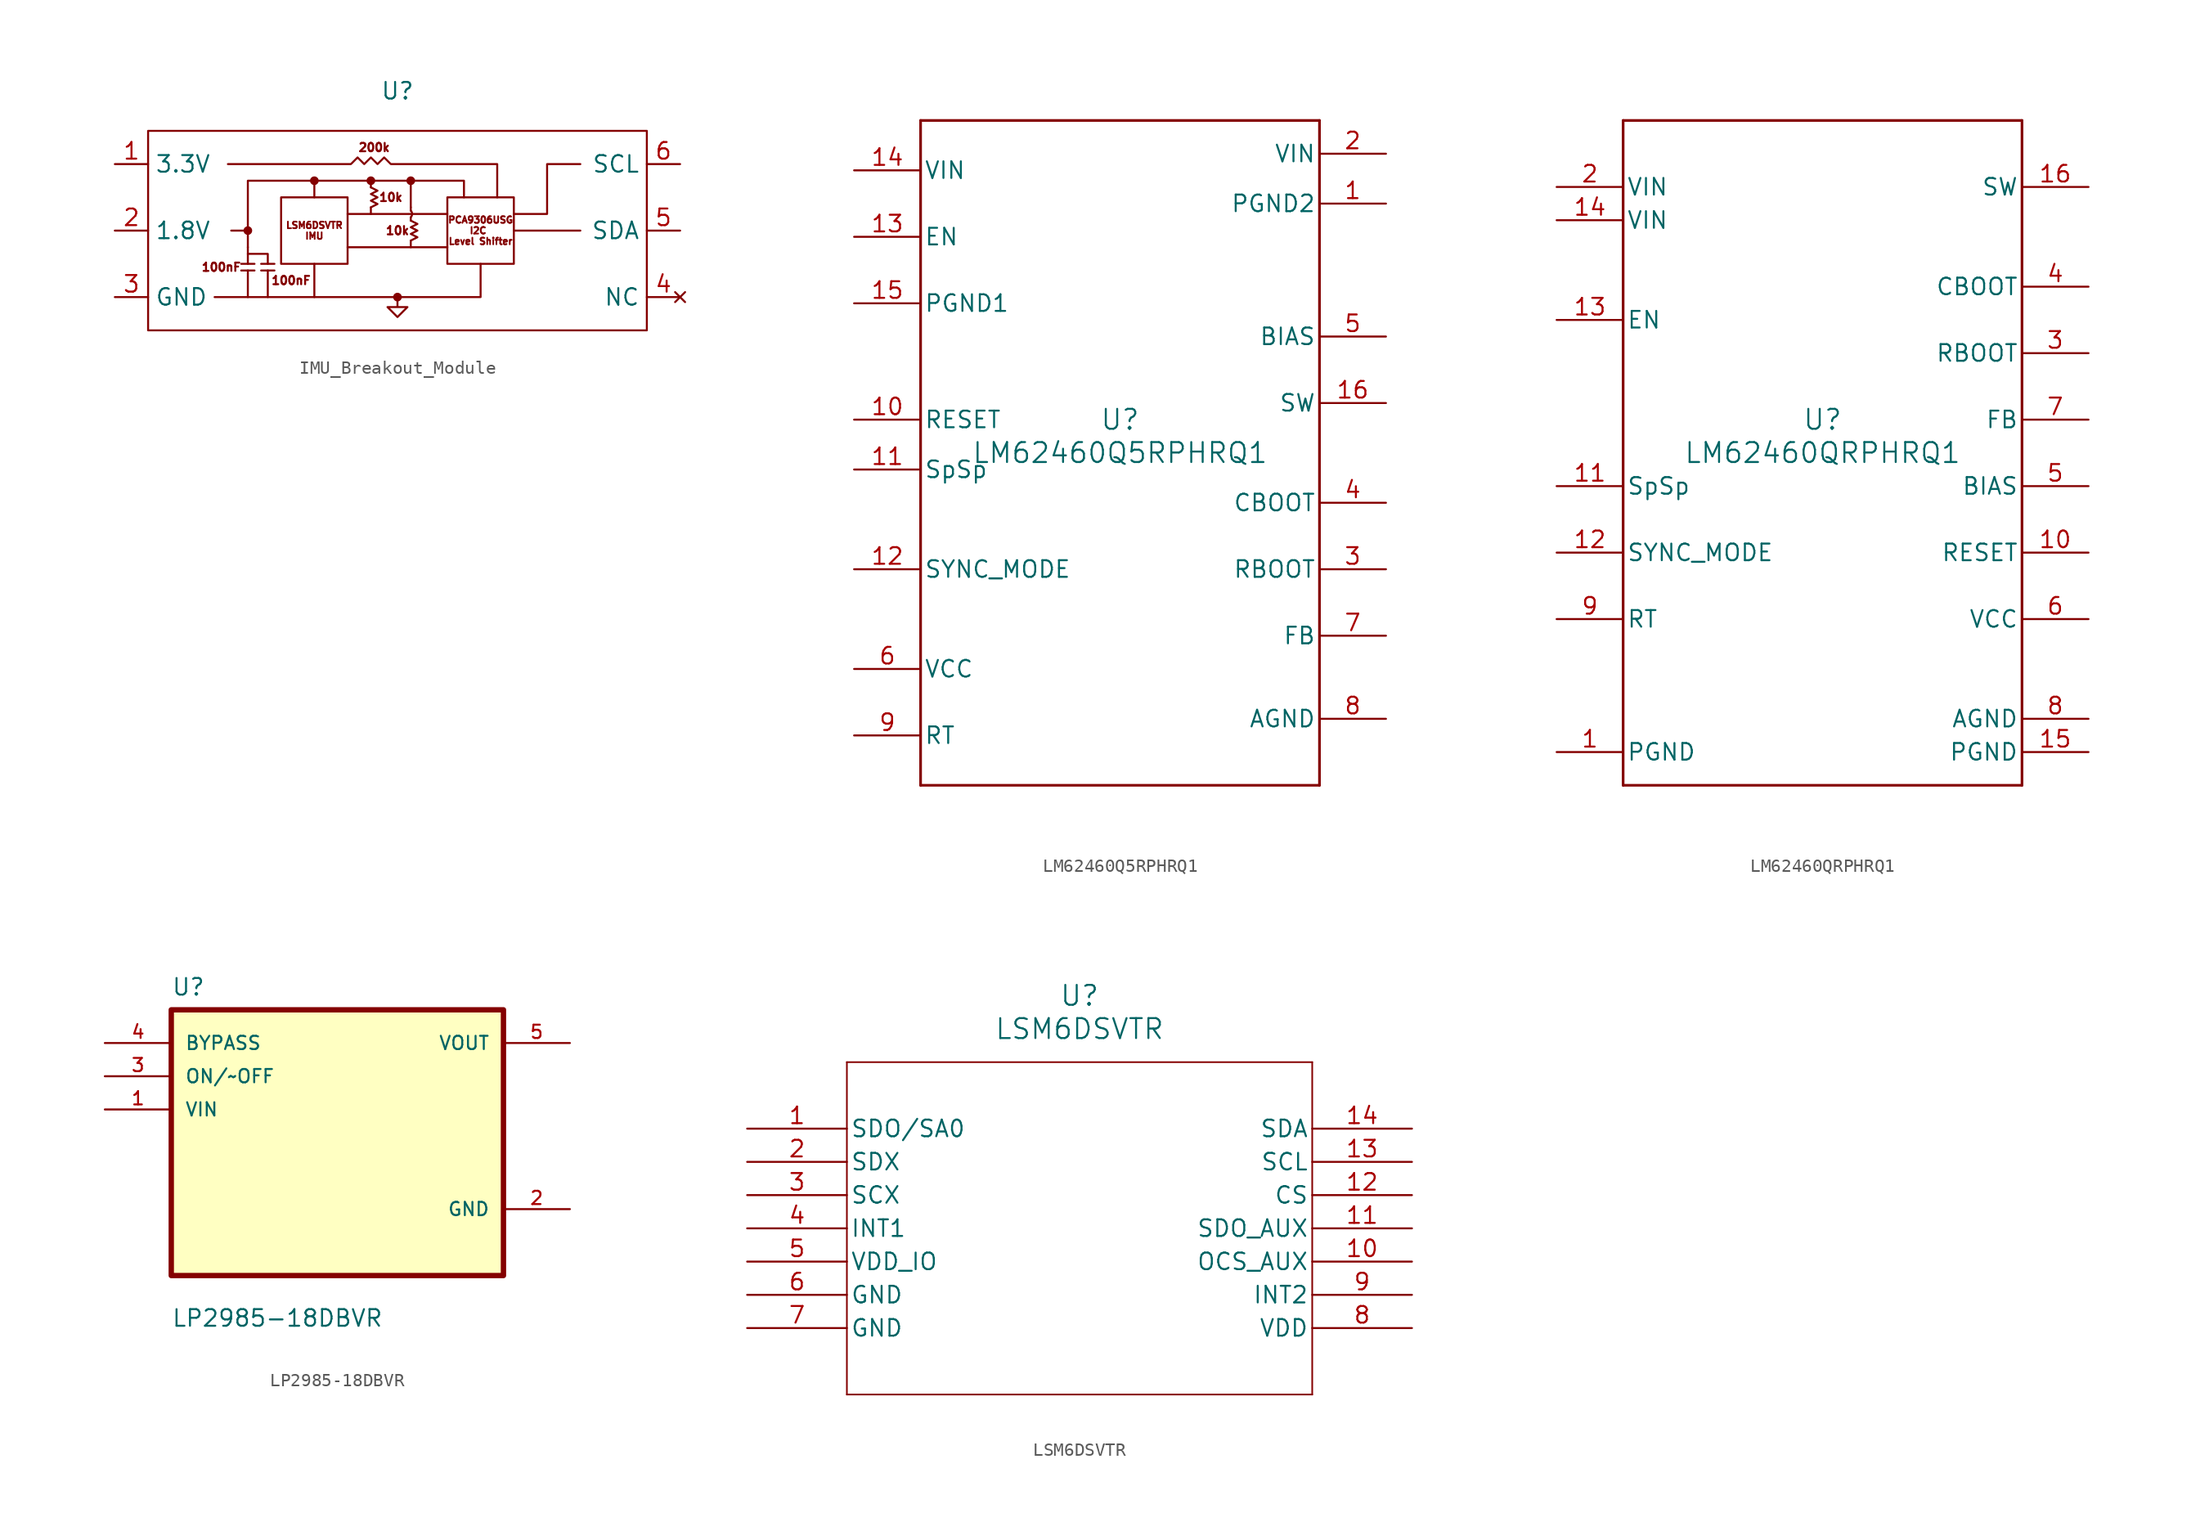
<source format=kicad_sym>
(kicad_symbol_lib
  (version 20241209)
  (generator "kicad_symbol_editor")
  (generator_version "9.0")
  (symbol "IMU_Breakout_Module"
    (property "Reference" "U"
      (at 0 10.668 0)
      (effects (font (size 1.27 1.27))))
    (property "Value" ""
      (at 0 0 0)
      (effects (font (size 1.27 1.27))))
    (symbol "IMU_Breakout_Module_0_1"
      (rectangle (start -19.05 7.62) (end 19.05 -7.62) (stroke (width 0) (type default)) (fill (type none)))
      (polyline (pts (xy -13.97 -5.08) (xy 6.35 -5.08) (xy 6.35 -2.54)) (stroke (width 0) (type default)) (fill (type none)))
      (polyline (pts (xy -12.954 5.08) (xy -3.556 5.08) (xy -3.048 5.588) (xy -2.54 5.08) (xy -2.032 5.588) (xy -1.524 5.08) (xy -1.016 5.588) (xy -0.508 5.08) (xy 0.254 5.08) (xy 7.62 5.08) (xy 7.62 2.54)) (stroke (width 0) (type default)) (fill (type none)))
      (polyline (pts (xy -12.7 0) (xy -11.43 0) (xy -11.43 3.81) (xy 5.08 3.81) (xy 5.08 2.54)) (stroke (width 0) (type default)) (fill (type none)))
      (polyline (pts (xy -11.938 -2.54) (xy -10.922 -2.54)) (stroke (width 0) (type default)) (fill (type none)))
      (polyline (pts (xy -11.938 -3.048) (xy -10.922 -3.048)) (stroke (width 0) (type default)) (fill (type none)))
      (circle (center -11.43 0) (radius 0.254) (stroke (width 0) (type default)) (fill (type outline)))
      (polyline (pts (xy -11.43 0) (xy -11.43 -1.27)) (stroke (width 0) (type default)) (fill (type none)))
      (polyline (pts (xy -11.43 -1.27) (xy -11.43 -2.54)) (stroke (width 0) (type default)) (fill (type none)))
      (polyline (pts (xy -11.43 -3.048) (xy -11.43 -5.08)) (stroke (width 0) (type default)) (fill (type none)))
      (polyline (pts (xy -10.414 -2.54) (xy -9.398 -2.54)) (stroke (width 0) (type default)) (fill (type none)))
      (polyline (pts (xy -10.414 -3.048) (xy -9.398 -3.048)) (stroke (width 0) (type default)) (fill (type none)))
      (polyline (pts (xy -9.906 -2.54) (xy -9.906 -1.778) (xy -11.43 -1.778)) (stroke (width 0) (type default)) (fill (type none)))
      (polyline (pts (xy -9.906 -3.048) (xy -9.906 -5.08)) (stroke (width 0) (type default)) (fill (type none)))
      (rectangle (start -8.89 2.54) (end -3.81 -2.54) (stroke (width 0) (type default)) (fill (type none)))
      (circle (center -6.35 3.81) (radius 0.254) (stroke (width 0) (type default)) (fill (type outline)))
      (polyline (pts (xy -6.35 3.81) (xy -6.35 2.54)) (stroke (width 0) (type default)) (fill (type none)))
      (polyline (pts (xy -6.35 -2.54) (xy -6.35 -5.08)) (stroke (width 0) (type default)) (fill (type none)))
      (circle (center -2.032 3.81) (radius 0.254) (stroke (width 0) (type default)) (fill (type outline)))
      (polyline (pts (xy -2.032 3.81) (xy -2.032 3.302)) (stroke (width 0) (type default)) (fill (type none)))
      (polyline (pts (xy -2.032 3.302) (xy -1.524 3.048) (xy -2.032 2.794) (xy -1.524 2.54) (xy -2.032 2.286) (xy -1.524 2.032) (xy -2.032 1.778)) (stroke (width 0) (type default)) (fill (type none)))
      (polyline (pts (xy -2.032 1.27) (xy -2.032 1.778)) (stroke (width 0) (type default)) (fill (type none)))
      (polyline (pts (xy 0 -5.08) (xy 0 -5.842) (xy 0.762 -5.842) (xy -0.762 -5.842) (xy 0 -6.604) (xy 0.762 -5.842)) (stroke (width 0) (type default)) (fill (type none)))
      (circle (center 0 -5.08) (radius 0.254) (stroke (width 0) (type default)) (fill (type outline)))
      (arc (start 1.016 1.524) (mid 1.1212 1.27) (end 1.016 1.016) (stroke (width 0) (type default)) (fill (type none)))
      (circle (center 1.016 3.81) (radius 0.254) (stroke (width 0) (type default)) (fill (type outline)))
      (polyline (pts (xy 1.016 1.778) (xy 1.016 3.81)) (stroke (width 0) (type default)) (fill (type none)))
      (polyline (pts (xy 1.016 1.524) (xy 1.016 1.778)) (stroke (width 0) (type default)) (fill (type none)))
      (polyline (pts (xy 1.016 1.016) (xy 1.016 0.762)) (stroke (width 0) (type default)) (fill (type none)))
      (polyline (pts (xy 1.016 0.762) (xy 1.524 0.508) (xy 1.016 0.254) (xy 1.524 0) (xy 1.016 -0.254) (xy 1.524 -0.508) (xy 1.016 -0.762)) (stroke (width 0) (type default)) (fill (type none)))
      (polyline (pts (xy 1.016 -1.27) (xy 1.016 -0.762)) (stroke (width 0) (type default)) (fill (type none)))
      (rectangle (start 3.81 2.54) (end 8.89 -2.54) (stroke (width 0) (type default)) (fill (type none)))
      (polyline (pts (xy 3.81 1.27) (xy -3.81 1.27)) (stroke (width 0) (type default)) (fill (type none)))
      (polyline (pts (xy 3.81 -1.27) (xy -3.81 -1.27)) (stroke (width 0) (type default)) (fill (type none)))
      (polyline (pts (xy 8.89 1.27) (xy 11.43 1.27) (xy 11.43 5.08) (xy 13.97 5.08)) (stroke (width 0) (type default)) (fill (type none)))
      (polyline (pts (xy 8.89 0) (xy 13.97 0)) (stroke (width 0) (type default)) (fill (type none))))
    (symbol "IMU_Breakout_Module_1_1"
      (text "100nF" (at -13.462 -2.794 0) (effects (font (size 0.635 0.635))))
      (text "100nF" (at -8.128 -3.81 0) (effects (font (size 0.635 0.635))))
      (text "LSM6DSVTR\nIMU" (at -6.35 0 0) (effects (font (size 0.508 0.508))))
      (text "200k" (at -1.778 6.35 0) (effects (font (size 0.635 0.635))))
      (text "10k" (at -0.508 2.54 0) (effects (font (size 0.635 0.635))))
      (text "10k" (at 0 0 0) (effects (font (size 0.635 0.635))))
      (text "PCA9306USG\nI2C \nLevel Shifter" (at 6.35 0 0) (effects (font (size 0.508 0.508))))
      (pin power_in line (at -21.59 5.08 0) (length 2.54) (name "3.3V" (effects (font (size 1.27 1.27)))) (number "1" (effects (font (size 1.27 1.27)))))
      (pin power_in line (at -21.59 0 0) (length 2.54) (name "1.8V" (effects (font (size 1.27 1.27)))) (number "2" (effects (font (size 1.27 1.27)))))
      (pin power_in line (at -21.59 -5.08 0) (length 2.54) (name "GND" (effects (font (size 1.27 1.27)))) (number "3" (effects (font (size 1.27 1.27)))))
      (pin unspecified line (at 21.59 5.08 180) (length 2.54) (name "SCL" (effects (font (size 1.27 1.27)))) (number "6" (effects (font (size 1.27 1.27)))))
      (pin unspecified line (at 21.59 0 180) (length 2.54) (name "SDA" (effects (font (size 1.27 1.27)))) (number "5" (effects (font (size 1.27 1.27)))))
      (pin no_connect line (at 21.59 -5.08 180) (length 2.54) (name "NC" (effects (font (size 1.27 1.27)))) (number "4" (effects (font (size 1.27 1.27)))))))
  (symbol "LM62460Q5RPHRQ1"
    (pin_names
      (offset 0.254))
    (property "Reference" "U"
      (at 0 2.54 0)
      (effects (font (size 1.524 1.524))))
    (property "Value" "LM62460Q5RPHRQ1"
      (at 0 0 0)
      (effects (font (size 1.524 1.524))))
    (property "ki_locked" ""
      (at 0 0 0)
      (effects (font (size 1.27 1.27))))
    (symbol "LM62460Q5RPHRQ1_0_1"
      (polyline (pts (xy -15.24 25.4) (xy -15.24 -25.4)) (stroke (width 0.203) (type default)) (fill (type none)))
      (polyline (pts (xy -15.24 -25.4) (xy 15.24 -25.4)) (stroke (width 0.203) (type default)) (fill (type none)))
      (polyline (pts (xy 15.24 25.4) (xy -15.24 25.4)) (stroke (width 0.203) (type default)) (fill (type none)))
      (polyline (pts (xy 15.24 -25.4) (xy 15.24 25.4)) (stroke (width 0.203) (type default)) (fill (type none)))
      (pin power_in line (at -20.32 21.59 0) (length 5.08) (name "VIN" (effects (font (size 1.27 1.27)))) (number "14" (effects (font (size 1.27 1.27)))))
      (pin input line (at -20.32 16.51 0) (length 5.08) (name "EN" (effects (font (size 1.27 1.27)))) (number "13" (effects (font (size 1.27 1.27)))))
      (pin input line (at -20.32 2.54 0) (length 5.08) (name "RESET" (effects (font (size 1.27 1.27)))) (number "10" (effects (font (size 1.27 1.27)))))
      (pin unspecified line (at -20.32 -1.27 0) (length 5.08) (name "SpSp" (effects (font (size 1.27 1.27)))) (number "11" (effects (font (size 1.27 1.27)))))
      (pin input line (at -20.32 -8.89 0) (length 5.08) (name "SYNC_MODE" (effects (font (size 1.27 1.27)))) (number "12" (effects (font (size 1.27 1.27)))))
      (pin unspecified line (at -20.32 -16.51 0) (length 5.08) (name "VCC" (effects (font (size 1.27 1.27)))) (number "6" (effects (font (size 1.27 1.27)))))
      (pin unspecified line (at -20.32 -21.59 0) (length 5.08) (name "RT" (effects (font (size 1.27 1.27)))) (number "9" (effects (font (size 1.27 1.27)))))
      (pin power_in line (at 20.32 22.86 180) (length 5.08) (name "VIN" (effects (font (size 1.27 1.27)))) (number "2" (effects (font (size 1.27 1.27)))))
      (pin unspecified line (at 20.32 8.89 180) (length 5.08) (name "BIAS" (effects (font (size 1.27 1.27)))) (number "5" (effects (font (size 1.27 1.27)))))
      (pin unspecified line (at 20.32 3.81 180) (length 5.08) (name "SW" (effects (font (size 1.27 1.27)))) (number "16" (effects (font (size 1.27 1.27)))))
      (pin unspecified line (at 20.32 -3.81 180) (length 5.08) (name "CBOOT" (effects (font (size 1.27 1.27)))) (number "4" (effects (font (size 1.27 1.27)))))
      (pin unspecified line (at 20.32 -8.89 180) (length 5.08) (name "RBOOT" (effects (font (size 1.27 1.27)))) (number "3" (effects (font (size 1.27 1.27)))))
      (pin input line (at 20.32 -13.97 180) (length 5.08) (name "FB" (effects (font (size 1.27 1.27)))) (number "7" (effects (font (size 1.27 1.27)))))
      (pin power_in line (at 20.32 -20.32 180) (length 5.08) (name "AGND" (effects (font (size 1.27 1.27)))) (number "8" (effects (font (size 1.27 1.27))))))
    (symbol "LM62460Q5RPHRQ1_1_1"
      (pin power_in line (at -20.32 11.43 0) (length 5.08) (name "PGND1" (effects (font (size 1.27 1.27)))) (number "15" (effects (font (size 1.27 1.27)))))
      (pin power_in line (at 20.32 19.05 180) (length 5.08) (name "PGND2" (effects (font (size 1.27 1.27)))) (number "1" (effects (font (size 1.27 1.27)))))))
  (symbol "LM62460QRPHRQ1"
    (pin_names
      (offset 0.254))
    (property "Reference" "U"
      (at 0 2.54 0)
      (effects (font (size 1.524 1.524))))
    (property "Value" "LM62460QRPHRQ1"
      (at 0 0 0)
      (effects (font (size 1.524 1.524))))
    (property "ki_locked" ""
      (at 0 0 0)
      (effects (font (size 1.27 1.27))))
    (symbol "LM62460QRPHRQ1_0_1"
      (polyline (pts (xy -15.24 25.4) (xy -15.24 -25.4)) (stroke (width 0.203) (type default)) (fill (type none)))
      (polyline (pts (xy -15.24 -25.4) (xy 15.24 -25.4)) (stroke (width 0.203) (type default)) (fill (type none)))
      (polyline (pts (xy 15.24 25.4) (xy -15.24 25.4)) (stroke (width 0.203) (type default)) (fill (type none)))
      (polyline (pts (xy 15.24 -25.4) (xy 15.24 25.4)) (stroke (width 0.203) (type default)) (fill (type none)))
      (pin power_in line (at -20.32 20.32 0) (length 5.08) (name "VIN" (effects (font (size 1.27 1.27)))) (number "2" (effects (font (size 1.27 1.27)))))
      (pin power_in line (at -20.32 17.78 0) (length 5.08) (name "VIN" (effects (font (size 1.27 1.27)))) (number "14" (effects (font (size 1.27 1.27)))))
      (pin input line (at -20.32 10.16 0) (length 5.08) (name "EN" (effects (font (size 1.27 1.27)))) (number "13" (effects (font (size 1.27 1.27)))))
      (pin unspecified line (at -20.32 -2.54 0) (length 5.08) (name "SpSp" (effects (font (size 1.27 1.27)))) (number "11" (effects (font (size 1.27 1.27)))))
      (pin input line (at -20.32 -7.62 0) (length 5.08) (name "SYNC_MODE" (effects (font (size 1.27 1.27)))) (number "12" (effects (font (size 1.27 1.27)))))
      (pin unspecified line (at -20.32 -12.7 0) (length 5.08) (name "RT" (effects (font (size 1.27 1.27)))) (number "9" (effects (font (size 1.27 1.27)))))
      (pin unspecified line (at -20.32 -22.86 0) (length 5.08) (name "PGND" (effects (font (size 1.27 1.27)))) (number "1" (effects (font (size 1.27 1.27)))))
      (pin unspecified line (at 20.32 20.32 180) (length 5.08) (name "SW" (effects (font (size 1.27 1.27)))) (number "16" (effects (font (size 1.27 1.27)))))
      (pin unspecified line (at 20.32 12.7 180) (length 5.08) (name "CBOOT" (effects (font (size 1.27 1.27)))) (number "4" (effects (font (size 1.27 1.27)))))
      (pin unspecified line (at 20.32 7.62 180) (length 5.08) (name "RBOOT" (effects (font (size 1.27 1.27)))) (number "3" (effects (font (size 1.27 1.27)))))
      (pin input line (at 20.32 2.54 180) (length 5.08) (name "FB" (effects (font (size 1.27 1.27)))) (number "7" (effects (font (size 1.27 1.27)))))
      (pin unspecified line (at 20.32 -2.54 180) (length 5.08) (name "BIAS" (effects (font (size 1.27 1.27)))) (number "5" (effects (font (size 1.27 1.27)))))
      (pin input line (at 20.32 -7.62 180) (length 5.08) (name "RESET" (effects (font (size 1.27 1.27)))) (number "10" (effects (font (size 1.27 1.27)))))
      (pin unspecified line (at 20.32 -12.7 180) (length 5.08) (name "VCC" (effects (font (size 1.27 1.27)))) (number "6" (effects (font (size 1.27 1.27)))))
      (pin power_in line (at 20.32 -20.32 180) (length 5.08) (name "AGND" (effects (font (size 1.27 1.27)))) (number "8" (effects (font (size 1.27 1.27)))))
      (pin power_in line (at 20.32 -22.86 180) (length 5.08) (name "PGND" (effects (font (size 1.27 1.27)))) (number "15" (effects (font (size 1.27 1.27)))))))
  (symbol "LP2985-18DBVR"
    (pin_names
      (offset 1.016))
    (property "Reference" "U"
      (at -12.7 11.16 0)
      (effects (font (size 1.27 1.27)) (justify left bottom)))
    (property "Value" "LP2985-18DBVR"
      (at -12.7 -14.16 0)
      (effects (font (size 1.27 1.27)) (justify left bottom)))
    (symbol "LP2985-18DBVR_0_0"
      (rectangle (start -12.7 -10.16) (end 12.7 10.16) (stroke (width 0.41) (type default)) (fill (type background)))
      (pin input line (at -17.78 7.62 0) (length 5.08) (name "BYPASS" (effects (font (size 1.016 1.016)))) (number "4" (effects (font (size 1.016 1.016)))))
      (pin input line (at -17.78 5.08 0) (length 5.08) (name "ON/~OFF" (effects (font (size 1.016 1.016)))) (number "3" (effects (font (size 1.016 1.016)))))
      (pin input line (at -17.78 2.54 0) (length 5.08) (name "VIN" (effects (font (size 1.016 1.016)))) (number "1" (effects (font (size 1.016 1.016)))))
      (pin unspecified line (at 17.78 7.62 180) (length 5.08) (name "VOUT" (effects (font (size 1.016 1.016)))) (number "5" (effects (font (size 1.016 1.016)))))
      (pin power_in line (at 17.78 -5.08 180) (length 5.08) (name "GND" (effects (font (size 1.016 1.016)))) (number "2" (effects (font (size 1.016 1.016)))))))
  (symbol "LSM6DSVTR"
    (pin_names
      (offset 0.254))
    (property "Reference" "U"
      (at 25.4 10.16 0)
      (effects (font (size 1.524 1.524))))
    (property "Value" "LSM6DSVTR"
      (at 25.4 7.62 0)
      (effects (font (size 1.524 1.524))))
    (property "ki_locked" ""
      (at 0 0 0)
      (effects (font (size 1.27 1.27))))
    (symbol "LSM6DSVTR_0_1"
      (polyline (pts (xy 7.62 5.08) (xy 7.62 -20.32)) (stroke (width 0.127) (type default)) (fill (type none)))
      (polyline (pts (xy 7.62 -20.32) (xy 43.18 -20.32)) (stroke (width 0.127) (type default)) (fill (type none)))
      (polyline (pts (xy 43.18 5.08) (xy 7.62 5.08)) (stroke (width 0.127) (type default)) (fill (type none)))
      (polyline (pts (xy 43.18 -20.32) (xy 43.18 5.08)) (stroke (width 0.127) (type default)) (fill (type none)))
      (pin unspecified line (at 0 0 0) (length 7.62) (name "SDO/SA0" (effects (font (size 1.27 1.27)))) (number "1" (effects (font (size 1.27 1.27)))))
      (pin unspecified line (at 0 -2.54 0) (length 7.62) (name "SDX" (effects (font (size 1.27 1.27)))) (number "2" (effects (font (size 1.27 1.27)))))
      (pin unspecified line (at 0 -5.08 0) (length 7.62) (name "SCX" (effects (font (size 1.27 1.27)))) (number "3" (effects (font (size 1.27 1.27)))))
      (pin unspecified line (at 0 -7.62 0) (length 7.62) (name "INT1" (effects (font (size 1.27 1.27)))) (number "4" (effects (font (size 1.27 1.27)))))
      (pin power_in line (at 0 -10.16 0) (length 7.62) (name "VDD_IO" (effects (font (size 1.27 1.27)))) (number "5" (effects (font (size 1.27 1.27)))))
      (pin power_out line (at 0 -12.7 0) (length 7.62) (name "GND" (effects (font (size 1.27 1.27)))) (number "6" (effects (font (size 1.27 1.27)))))
      (pin power_out line (at 0 -15.24 0) (length 7.62) (name "GND" (effects (font (size 1.27 1.27)))) (number "7" (effects (font (size 1.27 1.27)))))
      (pin unspecified line (at 50.8 0 180) (length 7.62) (name "SDA" (effects (font (size 1.27 1.27)))) (number "14" (effects (font (size 1.27 1.27)))))
      (pin unspecified line (at 50.8 -2.54 180) (length 7.62) (name "SCL" (effects (font (size 1.27 1.27)))) (number "13" (effects (font (size 1.27 1.27)))))
      (pin unspecified line (at 50.8 -5.08 180) (length 7.62) (name "CS" (effects (font (size 1.27 1.27)))) (number "12" (effects (font (size 1.27 1.27)))))
      (pin unspecified line (at 50.8 -7.62 180) (length 7.62) (name "SDO_AUX" (effects (font (size 1.27 1.27)))) (number "11" (effects (font (size 1.27 1.27)))))
      (pin unspecified line (at 50.8 -10.16 180) (length 7.62) (name "OCS_AUX" (effects (font (size 1.27 1.27)))) (number "10" (effects (font (size 1.27 1.27)))))
      (pin unspecified line (at 50.8 -12.7 180) (length 7.62) (name "INT2" (effects (font (size 1.27 1.27)))) (number "9" (effects (font (size 1.27 1.27)))))
      (pin power_in line (at 50.8 -15.24 180) (length 7.62) (name "VDD" (effects (font (size 1.27 1.27)))) (number "8" (effects (font (size 1.27 1.27))))))))
</source>
